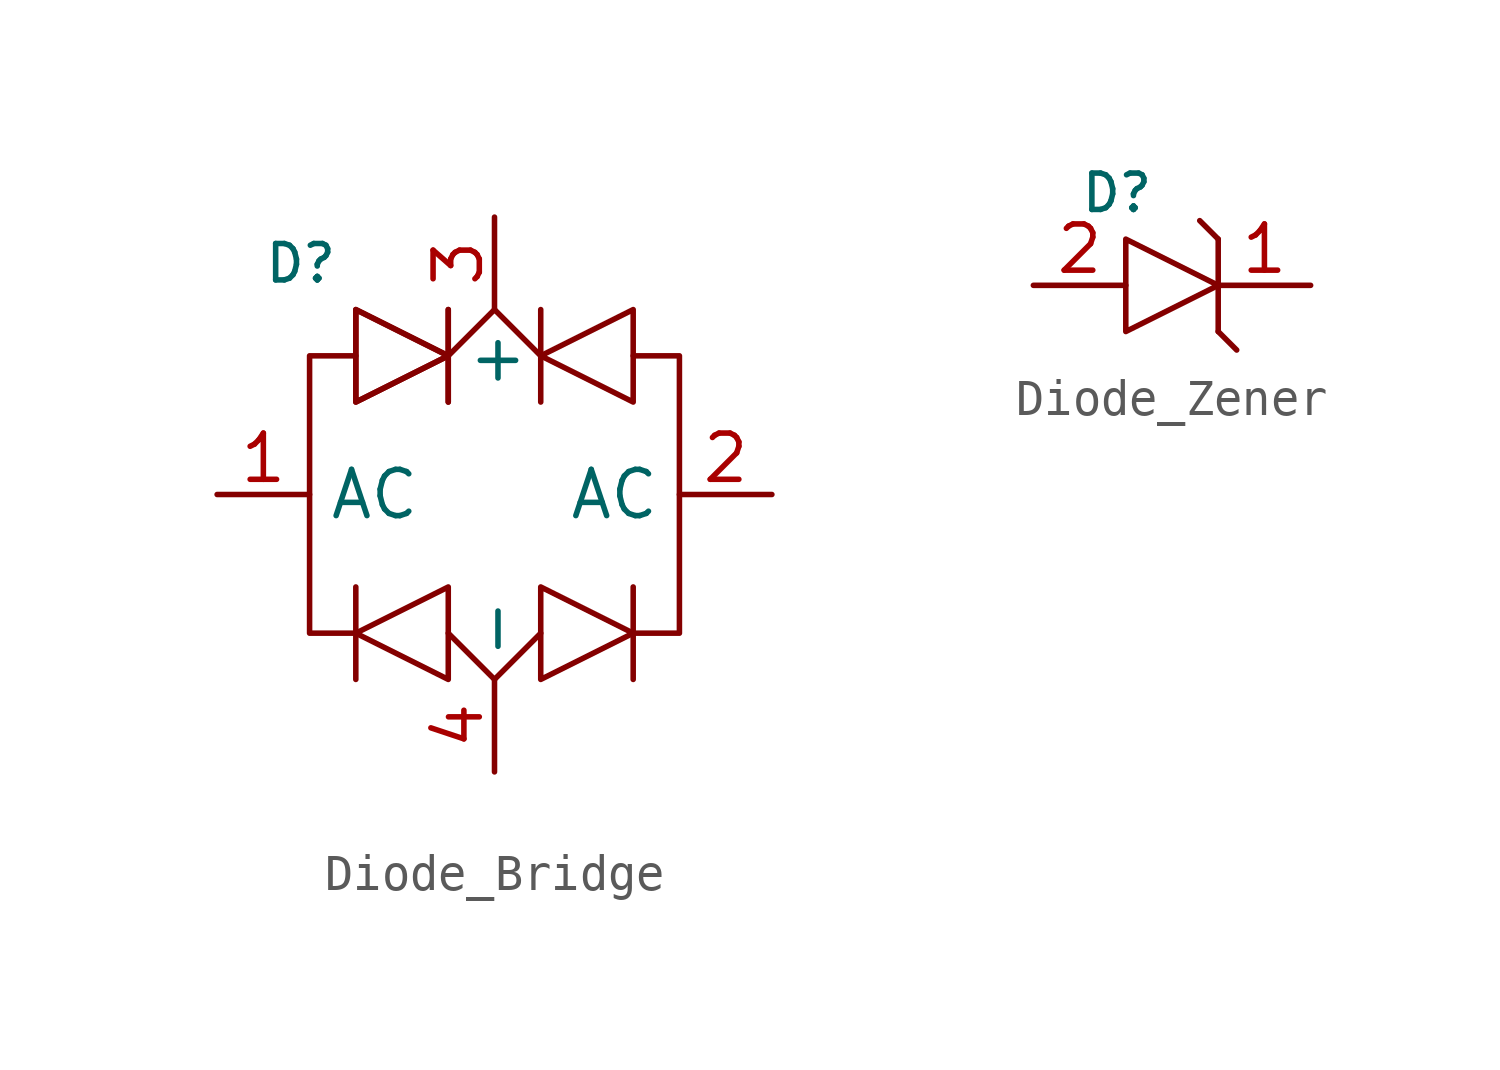
<source format=kicad_sym>
(kicad_symbol_lib
  (version 20231120)
  (generator "kicad_symbol_editor")
  (generator_version "8.0")
  (symbol "Diode_Bridge"
    (property "Reference" "D"
      (at -6.35 6.35 0)
      (effects (font (size 1 1)) (justify left)))
    (symbol "Diode_Bridge_0_1"
      (polyline (pts (xy -3.81 -2.54) (xy -3.81 -5.08)) (stroke (width 0) (type default)) (fill (type none)))
      (polyline (pts (xy -1.27 5.08) (xy -1.27 2.54)) (stroke (width 0) (type default)) (fill (type none)))
      (polyline (pts (xy -1.27 5.08) (xy -1.27 2.54)) (stroke (width 0) (type default)) (fill (type none)))
      (polyline (pts (xy 1.27 2.54) (xy 1.27 5.08)) (stroke (width 0) (type default)) (fill (type none)))
      (polyline (pts (xy 3.81 -5.08) (xy 3.81 -2.54)) (stroke (width 0) (type default)) (fill (type none)))
      (polyline (pts (xy -1.27 -3.81) (xy 0 -5.08) (xy 1.27 -3.81)) (stroke (width 0) (type default)) (fill (type none)))
      (polyline (pts (xy -1.27 3.81) (xy 0 5.08) (xy 1.27 3.81)) (stroke (width 0) (type default)) (fill (type none)))
      (polyline (pts (xy -3.81 3.81) (xy -5.08 3.81) (xy -5.08 -3.81) (xy -3.81 -3.81)) (stroke (width 0) (type default)) (fill (type none)))
      (polyline (pts (xy -3.81 5.08) (xy -3.81 2.54) (xy -1.27 3.81) (xy -3.81 5.08)) (stroke (width 0) (type default)) (fill (type none)))
      (polyline (pts (xy -3.81 5.08) (xy -3.81 2.54) (xy -1.27 3.81) (xy -3.81 5.08)) (stroke (width 0) (type default)) (fill (type none)))
      (polyline (pts (xy -1.27 -2.54) (xy -3.81 -3.81) (xy -1.27 -5.08) (xy -1.27 -2.54)) (stroke (width 0) (type default)) (fill (type none)))
      (polyline (pts (xy 3.81 -3.81) (xy 1.27 -5.08) (xy 1.27 -2.54) (xy 3.81 -3.81)) (stroke (width 0) (type default)) (fill (type none)))
      (polyline (pts (xy 3.81 2.54) (xy 3.81 5.08) (xy 1.27 3.81) (xy 3.81 2.54)) (stroke (width 0) (type default)) (fill (type none)))
      (polyline (pts (xy 3.81 3.81) (xy 5.08 3.81) (xy 5.08 -3.81) (xy 3.81 -3.81)) (stroke (width 0) (type default)) (fill (type none))))
    (symbol "Diode_Bridge_1_1"
      (pin power_in line (at -7.62 0 0) (length 2.54) (name "AC" (effects (font (size 1.27 1.27)))) (number "1" (effects (font (size 1.27 1.27)))))
      (pin power_in line (at 7.62 0 180) (length 2.54) (name "AC" (effects (font (size 1.27 1.27)))) (number "2" (effects (font (size 1.27 1.27)))))
      (pin power_out line (at 0 7.62 270) (length 2.54) (name "+" (effects (font (size 1.27 1.27)))) (number "3" (effects (font (size 1.27 1.27)))))
      (pin power_out line (at 0 -7.62 90) (length 2.54) (name "-" (effects (font (size 1.27 1.27)))) (number "4" (effects (font (size 1.27 1.27)))))))
  (symbol "Diode_Zener"
    (property "Reference" "D"
      (at -2.54 2.54 0)
      (effects (font (size 1 1)) (justify left)))
    (symbol "Diode_Zener_0_1"
      (polyline (pts (xy 1.27 -1.27) (xy 1.778 -1.778)) (stroke (width 0) (type default)) (fill (type none)))
      (polyline (pts (xy 1.27 1.27) (xy 0.762 1.778)) (stroke (width 0) (type default)) (fill (type none)))
      (polyline (pts (xy 1.27 1.27) (xy 1.27 -1.27)) (stroke (width 0) (type default)) (fill (type none)))
      (polyline (pts (xy -1.27 1.27) (xy -1.27 -1.27) (xy 1.27 0) (xy -1.27 1.27)) (stroke (width 0) (type default)) (fill (type none))))
    (symbol "Diode_Zener_1_1"
      (pin passive line (at 3.81 0 180) (length 2.54) (name "~" (effects (font (size 1.27 1.27)))) (number "1" (effects (font (size 1.27 1.27)))))
      (pin passive line (at -3.81 0 0) (length 2.54) (name "~" (effects (font (size 1.27 1.27)))) (number "2" (effects (font (size 1.27 1.27))))))))
</source>
